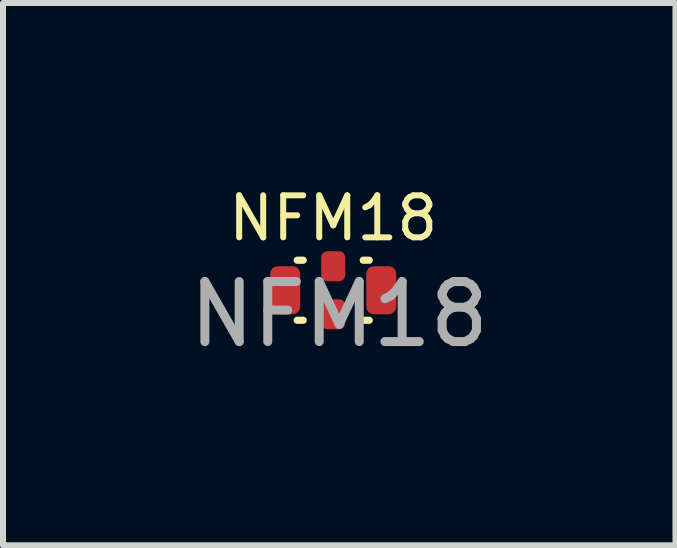
<source format=kicad_pcb>
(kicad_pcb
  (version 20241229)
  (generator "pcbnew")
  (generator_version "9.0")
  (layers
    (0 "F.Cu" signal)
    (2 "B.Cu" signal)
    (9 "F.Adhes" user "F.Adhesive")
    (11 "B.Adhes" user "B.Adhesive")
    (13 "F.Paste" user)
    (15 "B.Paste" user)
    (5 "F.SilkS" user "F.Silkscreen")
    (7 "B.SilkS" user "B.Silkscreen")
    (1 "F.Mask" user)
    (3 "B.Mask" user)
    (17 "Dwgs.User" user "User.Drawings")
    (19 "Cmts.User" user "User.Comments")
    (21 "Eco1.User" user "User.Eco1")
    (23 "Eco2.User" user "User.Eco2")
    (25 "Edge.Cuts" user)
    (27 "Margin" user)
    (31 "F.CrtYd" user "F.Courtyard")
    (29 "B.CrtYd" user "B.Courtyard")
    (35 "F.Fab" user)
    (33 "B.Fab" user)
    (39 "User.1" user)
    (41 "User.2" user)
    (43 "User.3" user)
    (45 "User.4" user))
  (footprint "NFM18"
    (layer "F.Cu")
    (at 2.501 1.785)
    (property "Reference" "NFM18" (at 0 -1.2 0) (unlocked yes) (layer "F.SilkS") (effects (font (size 0.7 0.7) (thickness 0.1))))
    (attr smd)
    (fp_line (start -0.6 -0.5) (end -0.5 -0.5) (stroke (width 0.12) (type default)) (layer "F.SilkS"))
    (fp_line (start -0.6 0.5) (end -0.5 0.5) (stroke (width 0.12) (type default)) (layer "F.SilkS"))
    (fp_line (start 0.5 -0.5) (end 0.6 -0.5) (stroke (width 0.12) (type default)) (layer "F.SilkS"))
    (fp_line (start 0.5 0.5) (end 0.6 0.5) (stroke (width 0.12) (type default)) (layer "F.SilkS"))
    (fp_text user "${REFERENCE}" (at 0.1 0.4 0) (unlocked yes) (layer "F.Fab") (effects (font (size 1 1) (thickness 0.15))))
    (pad "1" smd roundrect (at -0.8 0) (size 0.5 0.8) (layers "F.Cu" "F.Mask" "F.Paste") (roundrect_rratio 0.25))
    (pad "2" smd roundrect (at 0 -0.4) (size 0.4 0.5) (layers "F.Cu" "F.Mask" "F.Paste") (roundrect_rratio 0.25))
    (pad "2" smd roundrect (at 0 0.4) (size 0.4 0.5) (layers "F.Cu" "F.Mask" "F.Paste") (roundrect_rratio 0.25))
    (pad "3" smd roundrect (at 0.8 0) (size 0.5 0.8) (layers "F.Cu" "F.Mask" "F.Paste") (roundrect_rratio 0.25)))
  (gr_rect
    (start -3 -3)
    (end 8.202 6.033)
    (stroke (width 0.1) (type default))
    (fill no)
    (layer "Edge.Cuts")))
</source>
